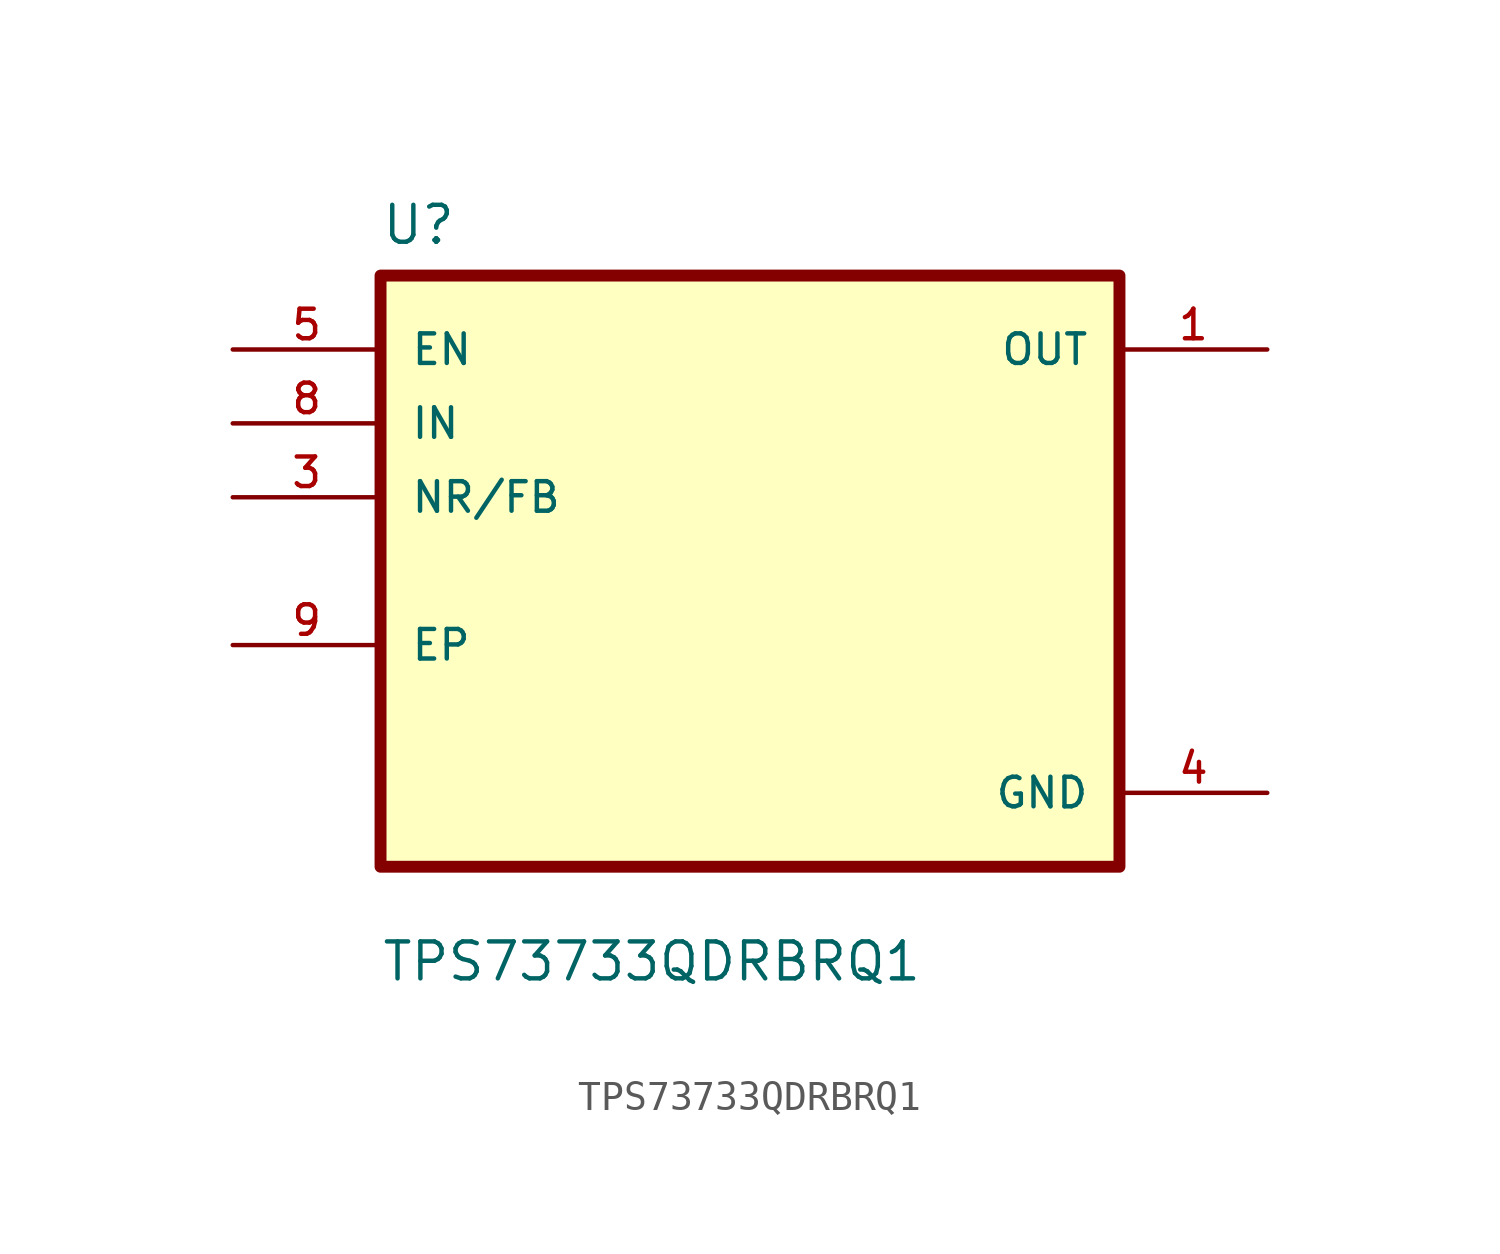
<source format=kicad_sym>
(kicad_symbol_lib
  (version 20211014)
  (generator kicad_symbol_editor)
  (symbol "TPS73733QDRBRQ1"
    (pin_names
      (offset 1.016))
    (property "Reference" "U"
      (at -12.7 11.16 0.0)
      (effects (font (size 1.27 1.27)) (justify bottom left)))
    (property "Value" "TPS73733QDRBRQ1"
      (at -12.7 -14.16 0.0)
      (effects (font (size 1.27 1.27)) (justify bottom left)))
    (symbol "TPS73733QDRBRQ1_0_0"
      (rectangle (start -12.7 -10.16) (end 12.7 10.16) (stroke (width 0.41)) (fill (type background)))
      (pin input line (at -17.78 7.62 0) (length 5.08) (name "EN" (effects (font (size 1.016 1.016)))) (number "5" (effects (font (size 1.016 1.016)))))
      (pin input line (at -17.78 5.08 0) (length 5.08) (name "IN" (effects (font (size 1.016 1.016)))) (number "8" (effects (font (size 1.016 1.016)))))
      (pin input line (at -17.78 2.54 0) (length 5.08) (name "NR/FB" (effects (font (size 1.016 1.016)))) (number "3" (effects (font (size 1.016 1.016)))))
      (pin bidirectional line (at -17.78 -2.54 0) (length 5.08) (name "EP" (effects (font (size 1.016 1.016)))) (number "9" (effects (font (size 1.016 1.016)))))
      (pin output line (at 17.78 7.62 180.0) (length 5.08) (name "OUT" (effects (font (size 1.016 1.016)))) (number "1" (effects (font (size 1.016 1.016)))))
      (pin power_in line (at 17.78 -7.62 180.0) (length 5.08) (name "GND" (effects (font (size 1.016 1.016)))) (number "4" (effects (font (size 1.016 1.016))))))))
</source>
